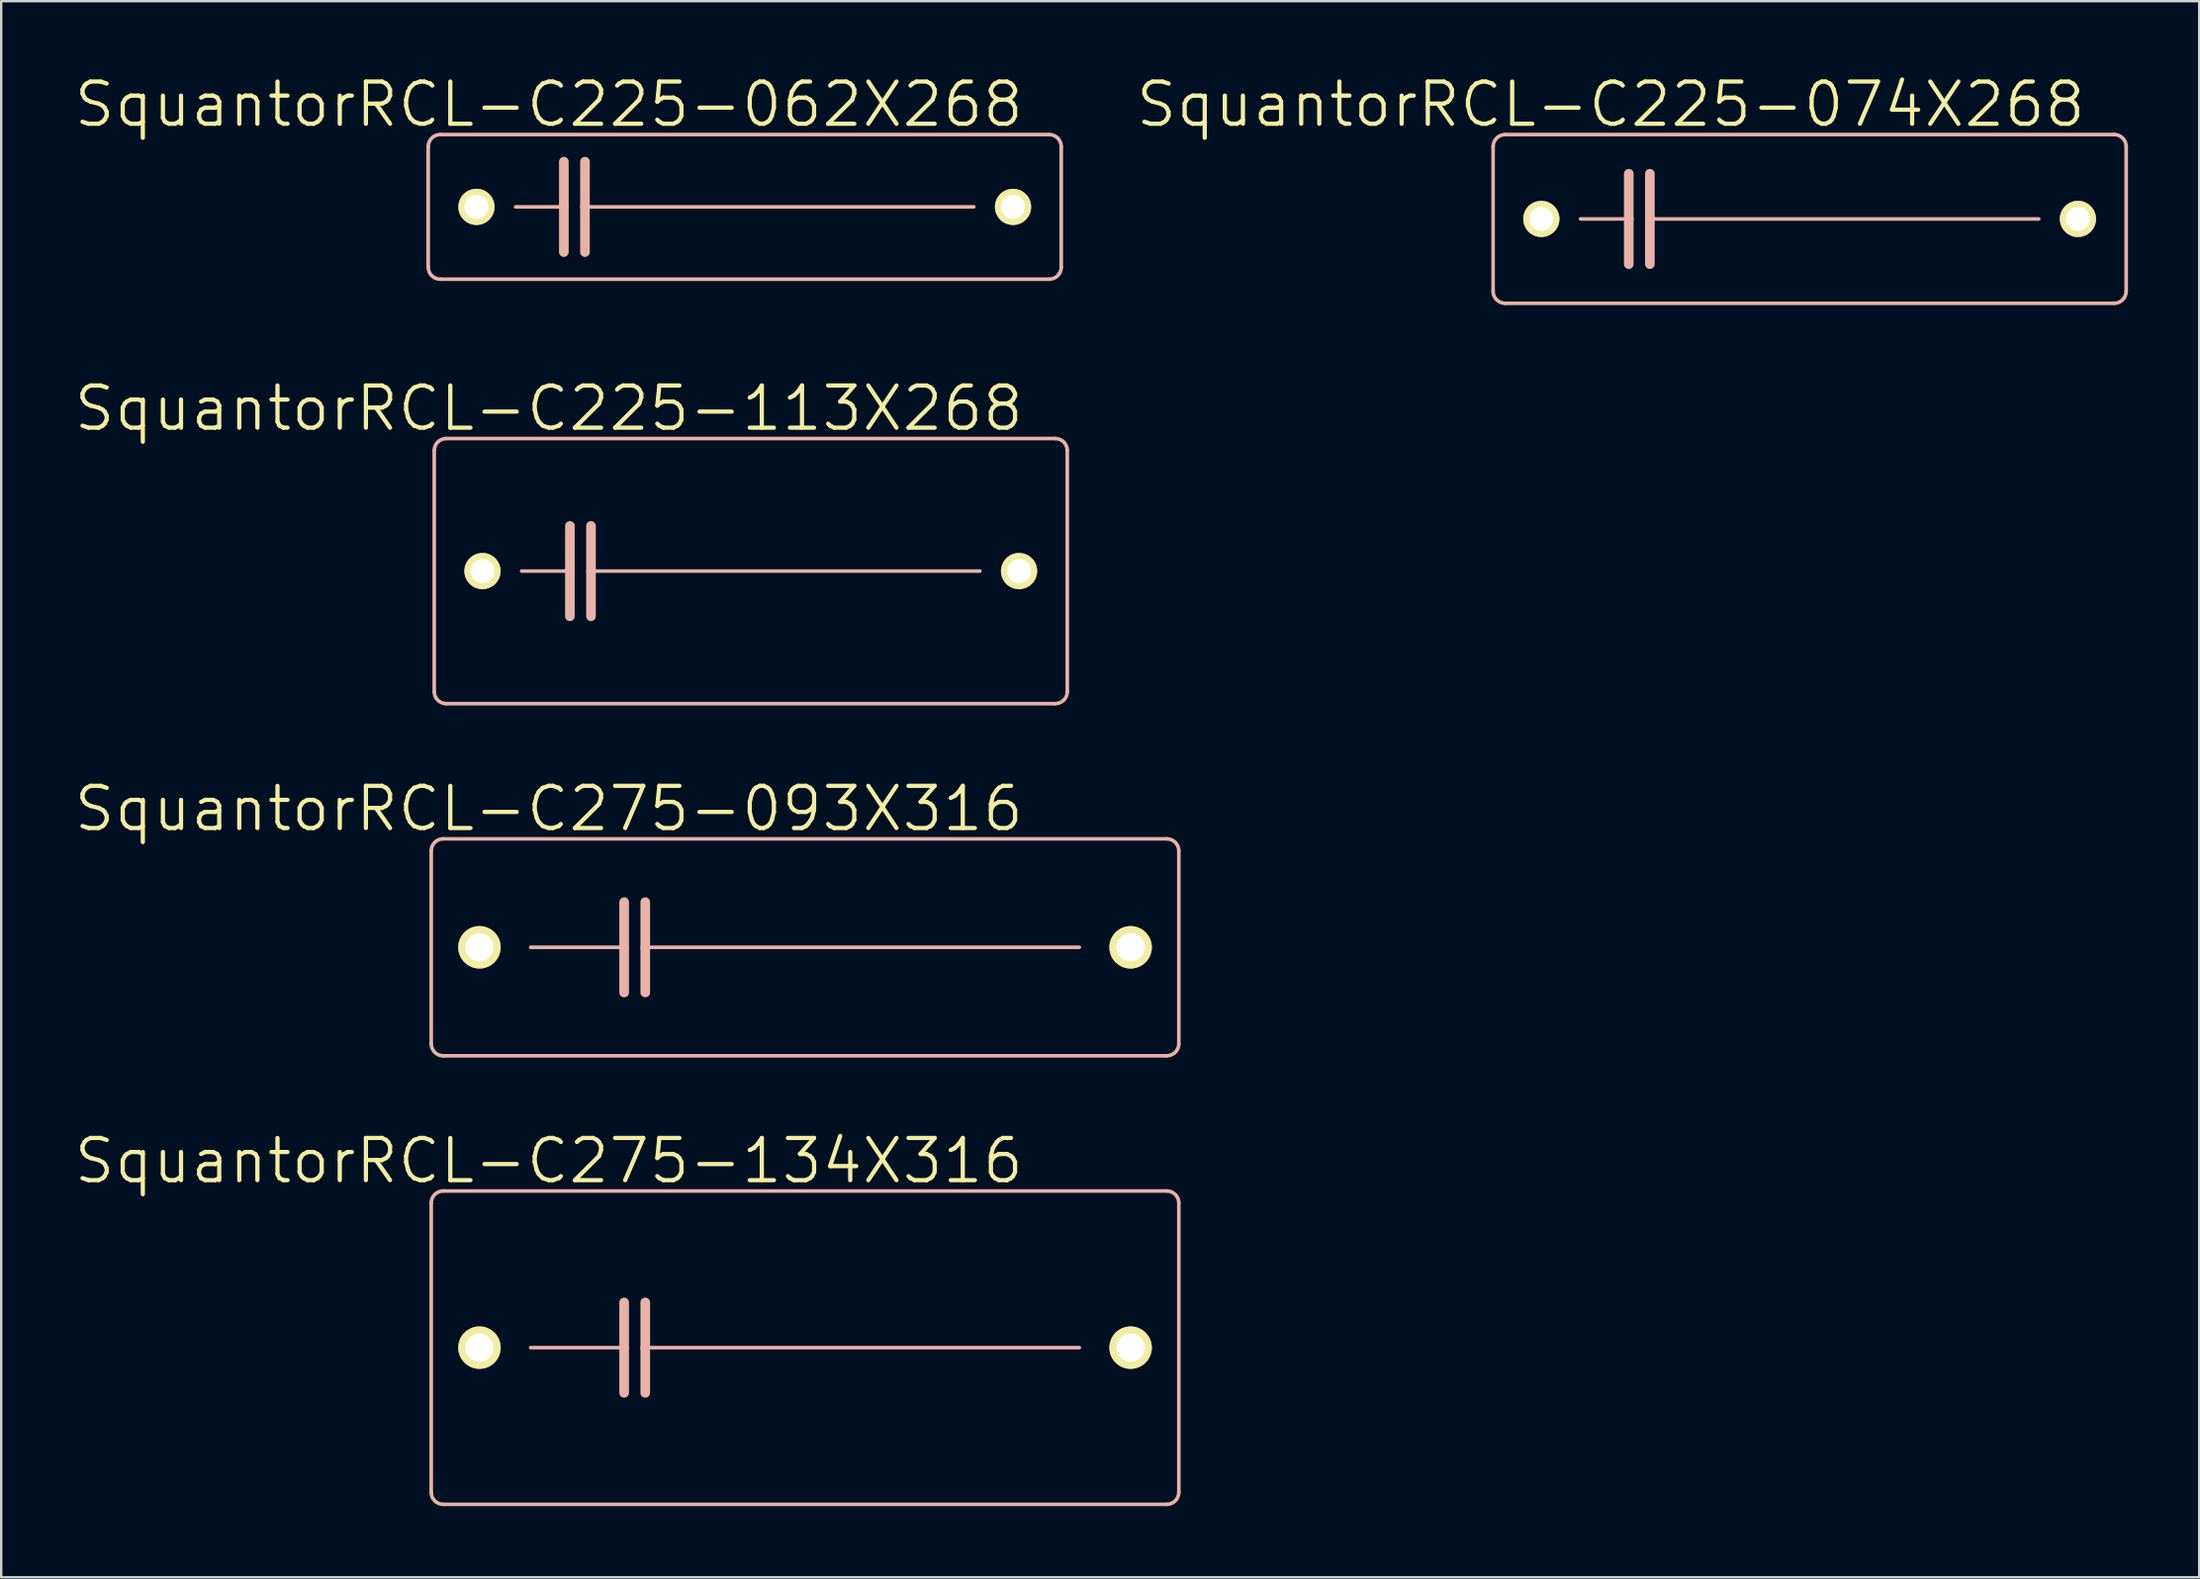
<source format=kicad_pcb>
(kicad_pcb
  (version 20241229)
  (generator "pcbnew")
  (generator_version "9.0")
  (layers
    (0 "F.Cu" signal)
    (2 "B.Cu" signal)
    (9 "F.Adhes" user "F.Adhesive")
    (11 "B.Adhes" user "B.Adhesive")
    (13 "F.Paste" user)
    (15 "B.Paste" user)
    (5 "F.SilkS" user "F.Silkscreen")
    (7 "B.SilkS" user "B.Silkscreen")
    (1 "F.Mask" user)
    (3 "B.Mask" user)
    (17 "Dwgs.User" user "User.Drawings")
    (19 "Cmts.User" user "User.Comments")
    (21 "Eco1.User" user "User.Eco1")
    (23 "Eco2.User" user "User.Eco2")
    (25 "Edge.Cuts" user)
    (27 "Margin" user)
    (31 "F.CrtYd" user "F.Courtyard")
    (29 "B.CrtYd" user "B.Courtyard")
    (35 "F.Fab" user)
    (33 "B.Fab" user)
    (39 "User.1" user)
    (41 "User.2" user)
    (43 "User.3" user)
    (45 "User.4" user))
  (footprint "SquantorRCL-C225-113X268"
    (layer "F.Cu")
    (at 28.579 21.021)
    (property "Reference" "SquantorRCL-C225-113X268" (at -8.509 -6.858 0) (layer "F.SilkS") (effects (font (size 1.778 1.778) (thickness 0.178))))
    (attr exclude_from_pos_files exclude_from_bom)
    (fp_line (start -13.335 5.08) (end -13.335 -5.08) (stroke (width 0.152) (type solid)) (layer "B.SilkS"))
    (fp_line (start -12.827 -5.588) (end 12.827 -5.588) (stroke (width 0.152) (type solid)) (layer "B.SilkS"))
    (fp_line (start -9.652 0) (end -7.62 0) (stroke (width 0.152) (type solid)) (layer "B.SilkS"))
    (fp_line (start -7.62 -1.905) (end -7.62 0) (stroke (width 0.406) (type solid)) (layer "B.SilkS"))
    (fp_line (start -7.62 0) (end -7.62 1.905) (stroke (width 0.406) (type solid)) (layer "B.SilkS"))
    (fp_line (start -6.731 -1.905) (end -6.731 0) (stroke (width 0.406) (type solid)) (layer "B.SilkS"))
    (fp_line (start -6.731 0) (end -6.731 1.905) (stroke (width 0.406) (type solid)) (layer "B.SilkS"))
    (fp_line (start -6.731 0) (end 9.652 0) (stroke (width 0.152) (type solid)) (layer "B.SilkS"))
    (fp_line (start 12.827 5.588) (end -12.827 5.588) (stroke (width 0.152) (type solid)) (layer "B.SilkS"))
    (fp_line (start 13.335 -5.08) (end 13.335 5.08) (stroke (width 0.152) (type solid)) (layer "B.SilkS"))
    (fp_arc (start -13.335 -5.08) (mid -13.18621 -5.43921) (end -12.827 -5.588) (stroke (width 0.1524) (type solid)) (layer "B.SilkS"))
    (fp_arc (start -12.827 5.588) (mid -13.18621 5.43921) (end -13.335 5.08) (stroke (width 0.1524) (type solid)) (layer "B.SilkS"))
    (fp_arc (start 12.827 -5.588) (mid 13.18621 -5.43921) (end 13.335 -5.08) (stroke (width 0.1524) (type solid)) (layer "B.SilkS"))
    (fp_arc (start 13.335 5.08) (mid 13.18621 5.43921) (end 12.827 5.588) (stroke (width 0.1524) (type solid)) (layer "B.SilkS"))
    (pad "1" thru_hole circle (at -11.303 0) (size 1.524 1.524) (drill 1.016) (layers "*.Cu" "F.Mask" "F.SilkS" "F.Paste"))
    (pad "2" thru_hole circle (at 11.303 0) (size 1.524 1.524) (drill 1.016) (layers "*.Cu" "F.Mask" "F.SilkS" "F.Paste")))
  (footprint "SquantorRCL-C225-074X268"
    (layer "F.Cu")
    (at 73.189 6.178)
    (property "Reference" "SquantorRCL-C225-074X268" (at -8.382 -4.826 0) (layer "F.SilkS") (effects (font (size 1.778 1.778) (thickness 0.178))))
    (attr exclude_from_pos_files exclude_from_bom)
    (fp_line (start -13.335 3.048) (end -13.335 -3.048) (stroke (width 0.152) (type solid)) (layer "B.SilkS"))
    (fp_line (start -12.827 -3.556) (end 12.827 -3.556) (stroke (width 0.152) (type solid)) (layer "B.SilkS"))
    (fp_line (start -9.652 0) (end -7.62 0) (stroke (width 0.152) (type solid)) (layer "B.SilkS"))
    (fp_line (start -7.62 -1.905) (end -7.62 0) (stroke (width 0.406) (type solid)) (layer "B.SilkS"))
    (fp_line (start -7.62 0) (end -7.62 1.905) (stroke (width 0.406) (type solid)) (layer "B.SilkS"))
    (fp_line (start -6.731 -1.905) (end -6.731 0) (stroke (width 0.406) (type solid)) (layer "B.SilkS"))
    (fp_line (start -6.731 0) (end -6.731 1.905) (stroke (width 0.406) (type solid)) (layer "B.SilkS"))
    (fp_line (start -6.731 0) (end 9.652 0) (stroke (width 0.152) (type solid)) (layer "B.SilkS"))
    (fp_line (start 12.827 3.556) (end -12.827 3.556) (stroke (width 0.152) (type solid)) (layer "B.SilkS"))
    (fp_line (start 13.335 -3.048) (end 13.335 3.048) (stroke (width 0.152) (type solid)) (layer "B.SilkS"))
    (fp_arc (start -13.335 -3.048) (mid -13.18621 -3.40721) (end -12.827 -3.556) (stroke (width 0.1524) (type solid)) (layer "B.SilkS"))
    (fp_arc (start -12.827 3.556) (mid -13.18621 3.40721) (end -13.335 3.048) (stroke (width 0.1524) (type solid)) (layer "B.SilkS"))
    (fp_arc (start 12.827 -3.556) (mid 13.18621 -3.40721) (end 13.335 -3.048) (stroke (width 0.1524) (type solid)) (layer "B.SilkS"))
    (fp_arc (start 13.335 3.048) (mid 13.18621 3.40721) (end 12.827 3.556) (stroke (width 0.1524) (type solid)) (layer "B.SilkS"))
    (pad "1" thru_hole circle (at -11.303 0) (size 1.524 1.524) (drill 1.016) (layers "*.Cu" "F.Mask" "F.SilkS" "F.Paste"))
    (pad "2" thru_hole circle (at 11.303 0) (size 1.524 1.524) (drill 1.016) (layers "*.Cu" "F.Mask" "F.SilkS" "F.Paste")))
  (footprint "SquantorRCL-C275-093X316"
    (layer "F.Cu")
    (at 30.865 36.879)
    (property "Reference" "SquantorRCL-C275-093X316" (at -10.795 -5.842 0) (layer "F.SilkS") (effects (font (size 1.778 1.778) (thickness 0.178))))
    (attr exclude_from_pos_files exclude_from_bom)
    (fp_line (start -15.748 4.064) (end -15.748 -4.064) (stroke (width 0.152) (type solid)) (layer "B.SilkS"))
    (fp_line (start -15.24 -4.572) (end 15.24 -4.572) (stroke (width 0.152) (type solid)) (layer "B.SilkS"))
    (fp_line (start -11.557 0) (end -7.62 0) (stroke (width 0.152) (type solid)) (layer "B.SilkS"))
    (fp_line (start -7.62 -1.905) (end -7.62 0) (stroke (width 0.406) (type solid)) (layer "B.SilkS"))
    (fp_line (start -7.62 0) (end -7.62 1.905) (stroke (width 0.406) (type solid)) (layer "B.SilkS"))
    (fp_line (start -6.731 -1.905) (end -6.731 0) (stroke (width 0.406) (type solid)) (layer "B.SilkS"))
    (fp_line (start -6.731 0) (end -6.731 1.905) (stroke (width 0.406) (type solid)) (layer "B.SilkS"))
    (fp_line (start -6.731 0) (end 11.557 0) (stroke (width 0.152) (type solid)) (layer "B.SilkS"))
    (fp_line (start 15.24 4.572) (end -15.24 4.572) (stroke (width 0.152) (type solid)) (layer "B.SilkS"))
    (fp_line (start 15.748 -4.064) (end 15.748 4.064) (stroke (width 0.152) (type solid)) (layer "B.SilkS"))
    (fp_arc (start -15.748 -4.064) (mid -15.59921 -4.42321) (end -15.24 -4.572) (stroke (width 0.1524) (type solid)) (layer "B.SilkS"))
    (fp_arc (start -15.24 4.572) (mid -15.59921 4.42321) (end -15.748 4.064) (stroke (width 0.1524) (type solid)) (layer "B.SilkS"))
    (fp_arc (start 15.24 -4.572) (mid 15.59921 -4.42321) (end 15.748 -4.064) (stroke (width 0.1524) (type solid)) (layer "B.SilkS"))
    (fp_arc (start 15.748 4.064) (mid 15.59921 4.42321) (end 15.24 4.572) (stroke (width 0.1524) (type solid)) (layer "B.SilkS"))
    (pad "1" thru_hole circle (at -13.716 0) (size 1.788 1.788) (drill 1.194) (layers "*.Cu" "F.Mask" "F.SilkS" "F.Paste"))
    (pad "2" thru_hole circle (at 13.716 0) (size 1.788 1.788) (drill 1.194) (layers "*.Cu" "F.Mask" "F.SilkS" "F.Paste")))
  (footprint "SquantorRCL-C225-062X268"
    (layer "F.Cu")
    (at 28.325 5.67)
    (property "Reference" "SquantorRCL-C225-062X268" (at -8.255 -4.318 0) (layer "F.SilkS") (effects (font (size 1.778 1.778) (thickness 0.178))))
    (attr exclude_from_pos_files exclude_from_bom)
    (fp_line (start -13.335 2.54) (end -13.335 -2.54) (stroke (width 0.152) (type solid)) (layer "B.SilkS"))
    (fp_line (start -12.827 -3.048) (end 12.827 -3.048) (stroke (width 0.152) (type solid)) (layer "B.SilkS"))
    (fp_line (start -9.652 0) (end -7.62 0) (stroke (width 0.152) (type solid)) (layer "B.SilkS"))
    (fp_line (start -7.62 -1.905) (end -7.62 0) (stroke (width 0.406) (type solid)) (layer "B.SilkS"))
    (fp_line (start -7.62 0) (end -7.62 1.905) (stroke (width 0.406) (type solid)) (layer "B.SilkS"))
    (fp_line (start -6.731 -1.905) (end -6.731 0) (stroke (width 0.406) (type solid)) (layer "B.SilkS"))
    (fp_line (start -6.731 0) (end -6.731 1.905) (stroke (width 0.406) (type solid)) (layer "B.SilkS"))
    (fp_line (start -6.731 0) (end 9.652 0) (stroke (width 0.152) (type solid)) (layer "B.SilkS"))
    (fp_line (start 12.827 3.048) (end -12.827 3.048) (stroke (width 0.152) (type solid)) (layer "B.SilkS"))
    (fp_line (start 13.335 -2.54) (end 13.335 2.54) (stroke (width 0.152) (type solid)) (layer "B.SilkS"))
    (fp_arc (start -13.335 -2.54) (mid -13.18621 -2.89921) (end -12.827 -3.048) (stroke (width 0.1524) (type solid)) (layer "B.SilkS"))
    (fp_arc (start -12.827 3.048) (mid -13.18621 2.89921) (end -13.335 2.54) (stroke (width 0.1524) (type solid)) (layer "B.SilkS"))
    (fp_arc (start 12.827 -3.048) (mid 13.18621 -2.89921) (end 13.335 -2.54) (stroke (width 0.1524) (type solid)) (layer "B.SilkS"))
    (fp_arc (start 13.335 2.54) (mid 13.18621 2.89921) (end 12.827 3.048) (stroke (width 0.1524) (type solid)) (layer "B.SilkS"))
    (pad "1" thru_hole circle (at -11.303 0) (size 1.524 1.524) (drill 1.016) (layers "*.Cu" "F.Mask" "F.SilkS" "F.Paste"))
    (pad "2" thru_hole circle (at 11.303 0) (size 1.524 1.524) (drill 1.016) (layers "*.Cu" "F.Mask" "F.SilkS" "F.Paste")))
  (footprint "SquantorRCL-C275-134X316"
    (layer "F.Cu")
    (at 30.865 53.753)
    (property "Reference" "SquantorRCL-C275-134X316" (at -10.795 -7.874 0) (layer "F.SilkS") (effects (font (size 1.778 1.778) (thickness 0.178))))
    (attr exclude_from_pos_files exclude_from_bom)
    (fp_line (start -15.748 6.096) (end -15.748 -6.096) (stroke (width 0.152) (type solid)) (layer "B.SilkS"))
    (fp_line (start -15.24 -6.604) (end 15.24 -6.604) (stroke (width 0.152) (type solid)) (layer "B.SilkS"))
    (fp_line (start -11.557 0) (end -7.62 0) (stroke (width 0.152) (type solid)) (layer "B.SilkS"))
    (fp_line (start -7.62 -1.905) (end -7.62 0) (stroke (width 0.406) (type solid)) (layer "B.SilkS"))
    (fp_line (start -7.62 0) (end -7.62 1.905) (stroke (width 0.406) (type solid)) (layer "B.SilkS"))
    (fp_line (start -6.731 -1.905) (end -6.731 0) (stroke (width 0.406) (type solid)) (layer "B.SilkS"))
    (fp_line (start -6.731 0) (end -6.731 1.905) (stroke (width 0.406) (type solid)) (layer "B.SilkS"))
    (fp_line (start -6.731 0) (end 11.557 0) (stroke (width 0.152) (type solid)) (layer "B.SilkS"))
    (fp_line (start 15.24 6.604) (end -15.24 6.604) (stroke (width 0.152) (type solid)) (layer "B.SilkS"))
    (fp_line (start 15.748 -6.096) (end 15.748 6.096) (stroke (width 0.152) (type solid)) (layer "B.SilkS"))
    (fp_arc (start -15.748 -6.096) (mid -15.59921 -6.45521) (end -15.24 -6.604) (stroke (width 0.1524) (type solid)) (layer "B.SilkS"))
    (fp_arc (start -15.24 6.604) (mid -15.59921 6.45521) (end -15.748 6.096) (stroke (width 0.1524) (type solid)) (layer "B.SilkS"))
    (fp_arc (start 15.24 -6.604) (mid 15.59921 -6.45521) (end 15.748 -6.096) (stroke (width 0.1524) (type solid)) (layer "B.SilkS"))
    (fp_arc (start 15.748 6.096) (mid 15.59921 6.45521) (end 15.24 6.604) (stroke (width 0.1524) (type solid)) (layer "B.SilkS"))
    (pad "1" thru_hole circle (at -13.716 0) (size 1.788 1.788) (drill 1.194) (layers "*.Cu" "F.Mask" "F.SilkS" "F.Paste"))
    (pad "2" thru_hole circle (at 13.716 0) (size 1.788 1.788) (drill 1.194) (layers "*.Cu" "F.Mask" "F.SilkS" "F.Paste")))
  (gr_rect
    (start -3 -3)
    (end 89.6 63.433)
    (stroke (width 0.1) (type default))
    (fill no)
    (layer "Edge.Cuts")))
</source>
